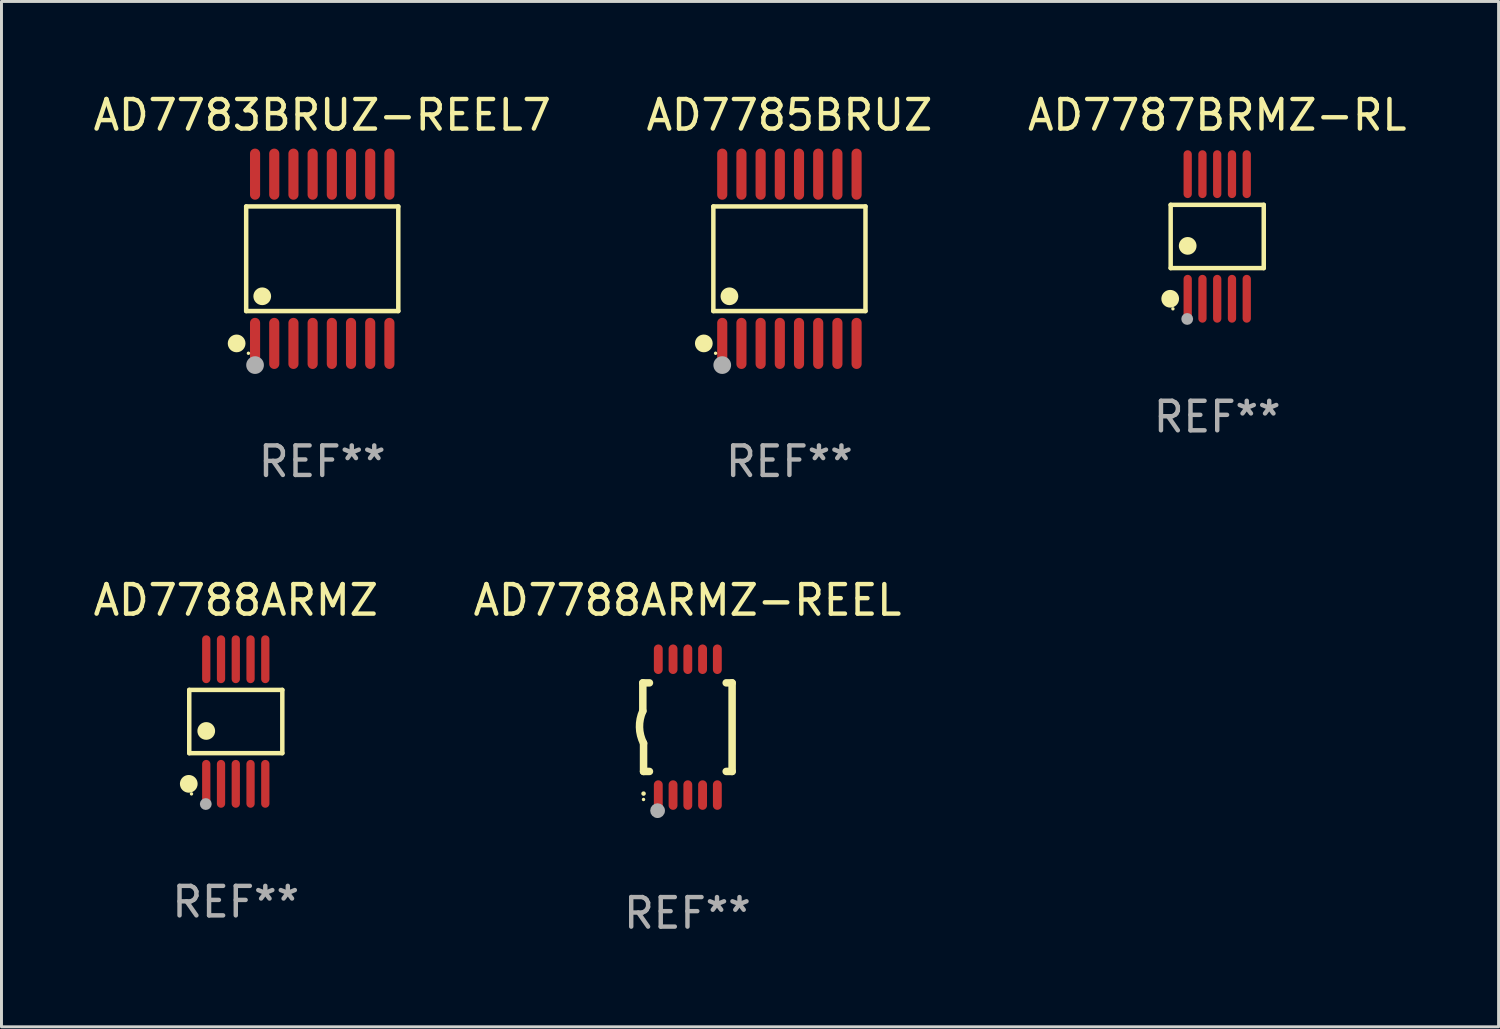
<source format=kicad_pcb>
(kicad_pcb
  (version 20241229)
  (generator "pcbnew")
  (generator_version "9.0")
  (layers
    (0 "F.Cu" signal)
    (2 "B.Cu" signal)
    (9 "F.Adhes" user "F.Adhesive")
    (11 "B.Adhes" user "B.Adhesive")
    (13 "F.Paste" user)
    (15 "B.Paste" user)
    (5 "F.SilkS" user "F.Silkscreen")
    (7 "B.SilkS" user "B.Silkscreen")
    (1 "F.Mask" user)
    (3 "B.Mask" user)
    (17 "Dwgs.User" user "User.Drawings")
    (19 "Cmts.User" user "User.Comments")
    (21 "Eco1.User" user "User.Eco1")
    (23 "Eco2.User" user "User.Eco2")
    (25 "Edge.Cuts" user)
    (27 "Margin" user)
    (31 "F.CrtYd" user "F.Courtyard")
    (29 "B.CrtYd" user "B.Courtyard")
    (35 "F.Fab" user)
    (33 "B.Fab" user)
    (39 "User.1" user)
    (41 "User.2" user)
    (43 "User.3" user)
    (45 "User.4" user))
  (footprint "AD7785BRUZ"
    (layer "F.Cu")
    (at 23.685 5.714)
    (property "Reference" "AD7785BRUZ" (at 0 -4.866 0) (layer "F.SilkS") (effects (font (size 1 1) (thickness 0.15))))
    (attr through_hole)
    (fp_line (start -2.576 -1.772) (end 2.576 -1.772) (stroke (width 0.152) (type solid)) (layer "F.SilkS"))
    (fp_line (start -2.576 1.771) (end -2.576 -1.772) (stroke (width 0.152) (type solid)) (layer "F.SilkS"))
    (fp_line (start 2.576 -1.772) (end 2.576 1.771) (stroke (width 0.152) (type solid)) (layer "F.SilkS"))
    (fp_line (start 2.576 1.771) (end -2.576 1.771) (stroke (width 0.152) (type solid)) (layer "F.SilkS"))
    (fp_circle (center -2.899 2.866) (end -2.749 2.866) (stroke (width 0.3) (type solid)) (fill no) (layer "F.SilkS"))
    (fp_circle (center -2.5 3.2) (end -2.47 3.2) (stroke (width 0.06) (type solid)) (fill no) (layer "F.SilkS"))
    (fp_circle (center -2.032 1.27) (end -1.882 1.27) (stroke (width 0.3) (type solid)) (fill no) (layer "F.SilkS"))
    (fp_circle (center -2.275 3.6) (end -2.125 3.6) (stroke (width 0.3) (type solid)) (fill no) (layer "F.Fab"))
    (fp_text user "REF**" (at 0 6.866 0) (layer "F.Fab") (effects (font (size 1 1) (thickness 0.15))))
    (pad "1" smd oval (at -2.275 2.866) (size 0.343 1.731) (layers "F.Cu" "F.Mask" "F.Paste"))
    (pad "2" smd oval (at -1.625 2.866) (size 0.343 1.731) (layers "F.Cu" "F.Mask" "F.Paste"))
    (pad "3" smd oval (at -0.975 2.866) (size 0.343 1.731) (layers "F.Cu" "F.Mask" "F.Paste"))
    (pad "4" smd oval (at -0.325 2.866) (size 0.343 1.731) (layers "F.Cu" "F.Mask" "F.Paste"))
    (pad "5" smd oval (at 0.325 2.866) (size 0.343 1.731) (layers "F.Cu" "F.Mask" "F.Paste"))
    (pad "6" smd oval (at 0.975 2.866) (size 0.343 1.731) (layers "F.Cu" "F.Mask" "F.Paste"))
    (pad "7" smd oval (at 1.625 2.866) (size 0.343 1.731) (layers "F.Cu" "F.Mask" "F.Paste"))
    (pad "8" smd oval (at 2.275 2.866) (size 0.343 1.731) (layers "F.Cu" "F.Mask" "F.Paste"))
    (pad "9" smd oval (at 2.275 -2.866) (size 0.343 1.731) (layers "F.Cu" "F.Mask" "F.Paste"))
    (pad "10" smd oval (at 1.625 -2.866) (size 0.343 1.731) (layers "F.Cu" "F.Mask" "F.Paste"))
    (pad "11" smd oval (at 0.975 -2.866) (size 0.343 1.731) (layers "F.Cu" "F.Mask" "F.Paste"))
    (pad "12" smd oval (at 0.325 -2.866) (size 0.343 1.731) (layers "F.Cu" "F.Mask" "F.Paste"))
    (pad "13" smd oval (at -0.325 -2.866) (size 0.343 1.731) (layers "F.Cu" "F.Mask" "F.Paste"))
    (pad "14" smd oval (at -0.975 -2.866) (size 0.343 1.731) (layers "F.Cu" "F.Mask" "F.Paste"))
    (pad "15" smd oval (at -1.625 -2.866) (size 0.343 1.731) (layers "F.Cu" "F.Mask" "F.Paste"))
    (pad "16" smd oval (at -2.275 -2.866) (size 0.343 1.731) (layers "F.Cu" "F.Mask" "F.Paste")))
  (footprint "AD7788ARMZ"
    (layer "F.Cu")
    (at 4.935 21.386)
    (property "Reference" "AD7788ARMZ" (at 0 -4.11 0) (layer "F.SilkS") (effects (font (size 1 1) (thickness 0.15))))
    (attr through_hole)
    (fp_line (start -1.576 -1.071) (end 1.576 -1.071) (stroke (width 0.152) (type solid)) (layer "F.SilkS"))
    (fp_line (start -1.576 1.071) (end -1.576 -1.071) (stroke (width 0.152) (type solid)) (layer "F.SilkS"))
    (fp_line (start 1.576 -1.071) (end 1.576 1.071) (stroke (width 0.152) (type solid)) (layer "F.SilkS"))
    (fp_line (start 1.576 1.071) (end -1.576 1.071) (stroke (width 0.152) (type solid)) (layer "F.SilkS"))
    (fp_circle (center -1.592 2.11) (end -1.442 2.11) (stroke (width 0.3) (type solid)) (fill no) (layer "F.SilkS"))
    (fp_circle (center -1.5 2.45) (end -1.47 2.45) (stroke (width 0.06) (type solid)) (fill no) (layer "F.SilkS"))
    (fp_circle (center -1 0.319) (end -0.85 0.319) (stroke (width 0.3) (type solid)) (fill no) (layer "F.SilkS"))
    (fp_circle (center -1.016 2.794) (end -0.916 2.794) (stroke (width 0.2) (type solid)) (fill no) (layer "F.Fab"))
    (fp_text user "REF**" (at 0 6.11 0) (layer "F.Fab") (effects (font (size 1 1) (thickness 0.15))))
    (pad "1" smd oval (at -1 2.11) (size 0.28 1.62) (layers "F.Cu" "F.Mask" "F.Paste"))
    (pad "2" smd oval (at -0.5 2.11) (size 0.28 1.62) (layers "F.Cu" "F.Mask" "F.Paste"))
    (pad "3" smd oval (at 0 2.11) (size 0.28 1.62) (layers "F.Cu" "F.Mask" "F.Paste"))
    (pad "4" smd oval (at 0.5 2.11) (size 0.28 1.62) (layers "F.Cu" "F.Mask" "F.Paste"))
    (pad "5" smd oval (at 1 2.11) (size 0.28 1.62) (layers "F.Cu" "F.Mask" "F.Paste"))
    (pad "6" smd oval (at 1 -2.11) (size 0.28 1.62) (layers "F.Cu" "F.Mask" "F.Paste"))
    (pad "7" smd oval (at 0.5 -2.11) (size 0.28 1.62) (layers "F.Cu" "F.Mask" "F.Paste"))
    (pad "8" smd oval (at 0 -2.11) (size 0.28 1.62) (layers "F.Cu" "F.Mask" "F.Paste"))
    (pad "9" smd oval (at -0.5 -2.11) (size 0.28 1.62) (layers "F.Cu" "F.Mask" "F.Paste"))
    (pad "10" smd oval (at -1 -2.11) (size 0.28 1.62) (layers "F.Cu" "F.Mask" "F.Paste")))
  (footprint "AD7788ARMZ-REEL"
    (layer "F.Cu")
    (at 20.232 21.576)
    (property "Reference" "AD7788ARMZ-REEL" (at 0 -4.3 0) (layer "F.SilkS") (effects (font (size 1 1) (thickness 0.15))))
    (attr through_hole)
    (fp_line (start -1.512 -1.5) (end -1.512 -0.546) (stroke (width 0.254) (type solid)) (layer "F.SilkS"))
    (fp_line (start -1.487 0.546) (end -1.487 1.5) (stroke (width 0.254) (type solid)) (layer "F.SilkS"))
    (fp_line (start -1.288 -1.5) (end -1.512 -1.5) (stroke (width 0.254) (type solid)) (layer "F.SilkS"))
    (fp_line (start -1.288 1.5) (end -1.487 1.5) (stroke (width 0.254) (type solid)) (layer "F.SilkS"))
    (fp_line (start 1.512 -1.5) (end 1.312 -1.5) (stroke (width 0.254) (type solid)) (layer "F.SilkS"))
    (fp_line (start 1.512 -1.5) (end 1.512 1.5) (stroke (width 0.254) (type solid)) (layer "F.SilkS"))
    (fp_line (start 1.512 1.5) (end 1.312 1.5) (stroke (width 0.254) (type solid)) (layer "F.SilkS"))
    (fp_arc (start -1.487998 2.250013) (mid -1.486728 2.250007) (end -1.485458 2.250013) (stroke (width 0.150013) (type solid)) (layer "F.SilkS"))
    (fp_arc (start -1.486602 0.546102) (mid -1.624196 0.002905) (end -1.512002 -0.546101) (stroke (width 0.254001) (type solid)) (layer "F.SilkS"))
    (fp_circle (center -1.488 2.45) (end -1.458 2.45) (stroke (width 0.06) (type solid)) (fill no) (layer "F.SilkS"))
    (fp_circle (center -1.012 2.828) (end -0.887 2.828) (stroke (width 0.25) (type solid)) (fill no) (layer "F.Fab"))
    (fp_text user "REF**" (at 0 6.3 0) (layer "F.Fab") (effects (font (size 1 1) (thickness 0.15))))
    (pad "1" smd oval (at -0.988 2.3) (size 0.3 1) (layers "F.Cu" "F.Mask" "F.Paste"))
    (pad "2" smd oval (at -0.488 2.3) (size 0.3 1) (layers "F.Cu" "F.Mask" "F.Paste"))
    (pad "3" smd oval (at 0.012 2.3) (size 0.3 1) (layers "F.Cu" "F.Mask" "F.Paste"))
    (pad "4" smd oval (at 0.512 2.3) (size 0.3 1) (layers "F.Cu" "F.Mask" "F.Paste"))
    (pad "5" smd oval (at 1.012 2.3) (size 0.3 1) (layers "F.Cu" "F.Mask" "F.Paste"))
    (pad "6" smd oval (at 1.012 -2.3) (size 0.3 1) (layers "F.Cu" "F.Mask" "F.Paste"))
    (pad "7" smd oval (at 0.512 -2.3) (size 0.3 1) (layers "F.Cu" "F.Mask" "F.Paste"))
    (pad "8" smd oval (at 0.012 -2.3) (size 0.3 1) (layers "F.Cu" "F.Mask" "F.Paste"))
    (pad "9" smd oval (at -0.488 -2.3) (size 0.3 1) (layers "F.Cu" "F.Mask" "F.Paste"))
    (pad "10" smd oval (at -0.988 -2.3) (size 0.3 1) (layers "F.Cu" "F.Mask" "F.Paste")))
  (footprint "AD7783BRUZ-REEL7"
    (layer "F.Cu")
    (at 7.863 5.714)
    (property "Reference" "AD7783BRUZ-REEL7" (at 0 -4.866 0) (layer "F.SilkS") (effects (font (size 1 1) (thickness 0.15))))
    (attr through_hole)
    (fp_line (start -2.576 -1.772) (end 2.576 -1.772) (stroke (width 0.152) (type solid)) (layer "F.SilkS"))
    (fp_line (start -2.576 1.771) (end -2.576 -1.772) (stroke (width 0.152) (type solid)) (layer "F.SilkS"))
    (fp_line (start 2.576 -1.772) (end 2.576 1.771) (stroke (width 0.152) (type solid)) (layer "F.SilkS"))
    (fp_line (start 2.576 1.771) (end -2.576 1.771) (stroke (width 0.152) (type solid)) (layer "F.SilkS"))
    (fp_circle (center -2.899 2.866) (end -2.749 2.866) (stroke (width 0.3) (type solid)) (fill no) (layer "F.SilkS"))
    (fp_circle (center -2.5 3.2) (end -2.47 3.2) (stroke (width 0.06) (type solid)) (fill no) (layer "F.SilkS"))
    (fp_circle (center -2.032 1.27) (end -1.882 1.27) (stroke (width 0.3) (type solid)) (fill no) (layer "F.SilkS"))
    (fp_circle (center -2.275 3.6) (end -2.125 3.6) (stroke (width 0.3) (type solid)) (fill no) (layer "F.Fab"))
    (fp_text user "REF**" (at 0 6.866 0) (layer "F.Fab") (effects (font (size 1 1) (thickness 0.15))))
    (pad "1" smd oval (at -2.275 2.866) (size 0.343 1.731) (layers "F.Cu" "F.Mask" "F.Paste"))
    (pad "2" smd oval (at -1.625 2.866) (size 0.343 1.731) (layers "F.Cu" "F.Mask" "F.Paste"))
    (pad "3" smd oval (at -0.975 2.866) (size 0.343 1.731) (layers "F.Cu" "F.Mask" "F.Paste"))
    (pad "4" smd oval (at -0.325 2.866) (size 0.343 1.731) (layers "F.Cu" "F.Mask" "F.Paste"))
    (pad "5" smd oval (at 0.325 2.866) (size 0.343 1.731) (layers "F.Cu" "F.Mask" "F.Paste"))
    (pad "6" smd oval (at 0.975 2.866) (size 0.343 1.731) (layers "F.Cu" "F.Mask" "F.Paste"))
    (pad "7" smd oval (at 1.625 2.866) (size 0.343 1.731) (layers "F.Cu" "F.Mask" "F.Paste"))
    (pad "8" smd oval (at 2.275 2.866) (size 0.343 1.731) (layers "F.Cu" "F.Mask" "F.Paste"))
    (pad "9" smd oval (at 2.275 -2.866) (size 0.343 1.731) (layers "F.Cu" "F.Mask" "F.Paste"))
    (pad "10" smd oval (at 1.625 -2.866) (size 0.343 1.731) (layers "F.Cu" "F.Mask" "F.Paste"))
    (pad "11" smd oval (at 0.975 -2.866) (size 0.343 1.731) (layers "F.Cu" "F.Mask" "F.Paste"))
    (pad "12" smd oval (at 0.325 -2.866) (size 0.343 1.731) (layers "F.Cu" "F.Mask" "F.Paste"))
    (pad "13" smd oval (at -0.325 -2.866) (size 0.343 1.731) (layers "F.Cu" "F.Mask" "F.Paste"))
    (pad "14" smd oval (at -0.975 -2.866) (size 0.343 1.731) (layers "F.Cu" "F.Mask" "F.Paste"))
    (pad "15" smd oval (at -1.625 -2.866) (size 0.343 1.731) (layers "F.Cu" "F.Mask" "F.Paste"))
    (pad "16" smd oval (at -2.275 -2.866) (size 0.343 1.731) (layers "F.Cu" "F.Mask" "F.Paste")))
  (footprint "AD7787BRMZ-RL"
    (layer "F.Cu")
    (at 38.173 4.958)
    (property "Reference" "AD7787BRMZ-RL" (at 0 -4.11 0) (layer "F.SilkS") (effects (font (size 1 1) (thickness 0.15))))
    (attr through_hole)
    (fp_line (start -1.576 -1.071) (end 1.576 -1.071) (stroke (width 0.152) (type solid)) (layer "F.SilkS"))
    (fp_line (start -1.576 1.071) (end -1.576 -1.071) (stroke (width 0.152) (type solid)) (layer "F.SilkS"))
    (fp_line (start 1.576 -1.071) (end 1.576 1.071) (stroke (width 0.152) (type solid)) (layer "F.SilkS"))
    (fp_line (start 1.576 1.071) (end -1.576 1.071) (stroke (width 0.152) (type solid)) (layer "F.SilkS"))
    (fp_circle (center -1.592 2.11) (end -1.442 2.11) (stroke (width 0.3) (type solid)) (fill no) (layer "F.SilkS"))
    (fp_circle (center -1.5 2.45) (end -1.47 2.45) (stroke (width 0.06) (type solid)) (fill no) (layer "F.SilkS"))
    (fp_circle (center -1 0.319) (end -0.85 0.319) (stroke (width 0.3) (type solid)) (fill no) (layer "F.SilkS"))
    (fp_circle (center -1.016 2.794) (end -0.916 2.794) (stroke (width 0.2) (type solid)) (fill no) (layer "F.Fab"))
    (fp_text user "REF**" (at 0 6.11 0) (layer "F.Fab") (effects (font (size 1 1) (thickness 0.15))))
    (pad "1" smd oval (at -1 2.11) (size 0.28 1.62) (layers "F.Cu" "F.Mask" "F.Paste"))
    (pad "2" smd oval (at -0.5 2.11) (size 0.28 1.62) (layers "F.Cu" "F.Mask" "F.Paste"))
    (pad "3" smd oval (at 0 2.11) (size 0.28 1.62) (layers "F.Cu" "F.Mask" "F.Paste"))
    (pad "4" smd oval (at 0.5 2.11) (size 0.28 1.62) (layers "F.Cu" "F.Mask" "F.Paste"))
    (pad "5" smd oval (at 1 2.11) (size 0.28 1.62) (layers "F.Cu" "F.Mask" "F.Paste"))
    (pad "6" smd oval (at 1 -2.11) (size 0.28 1.62) (layers "F.Cu" "F.Mask" "F.Paste"))
    (pad "7" smd oval (at 0.5 -2.11) (size 0.28 1.62) (layers "F.Cu" "F.Mask" "F.Paste"))
    (pad "8" smd oval (at 0 -2.11) (size 0.28 1.62) (layers "F.Cu" "F.Mask" "F.Paste"))
    (pad "9" smd oval (at -0.5 -2.11) (size 0.28 1.62) (layers "F.Cu" "F.Mask" "F.Paste"))
    (pad "10" smd oval (at -1 -2.11) (size 0.28 1.62) (layers "F.Cu" "F.Mask" "F.Paste")))
  (gr_rect
    (start -3 -3)
    (end 47.702 31.724)
    (stroke (width 0.1) (type default))
    (fill no)
    (layer "Edge.Cuts")))
</source>
